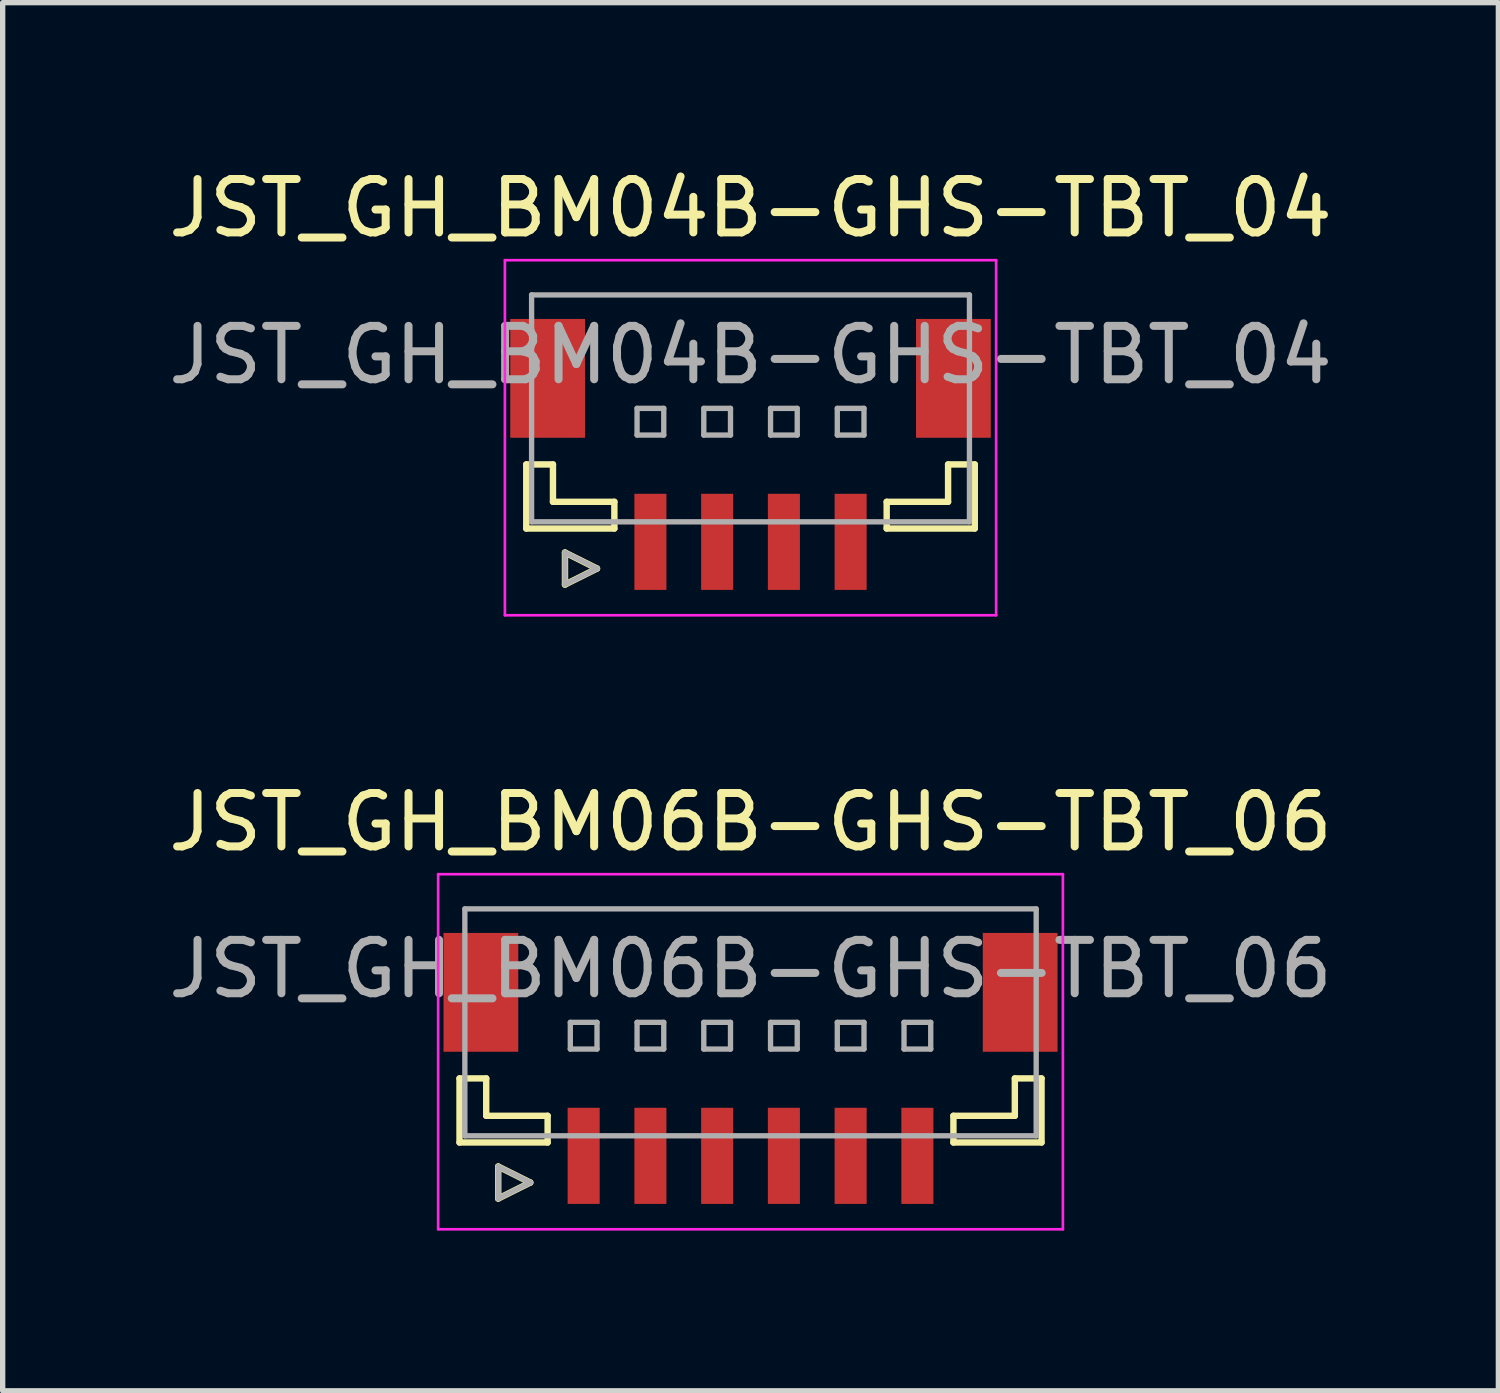
<source format=kicad_pcb>
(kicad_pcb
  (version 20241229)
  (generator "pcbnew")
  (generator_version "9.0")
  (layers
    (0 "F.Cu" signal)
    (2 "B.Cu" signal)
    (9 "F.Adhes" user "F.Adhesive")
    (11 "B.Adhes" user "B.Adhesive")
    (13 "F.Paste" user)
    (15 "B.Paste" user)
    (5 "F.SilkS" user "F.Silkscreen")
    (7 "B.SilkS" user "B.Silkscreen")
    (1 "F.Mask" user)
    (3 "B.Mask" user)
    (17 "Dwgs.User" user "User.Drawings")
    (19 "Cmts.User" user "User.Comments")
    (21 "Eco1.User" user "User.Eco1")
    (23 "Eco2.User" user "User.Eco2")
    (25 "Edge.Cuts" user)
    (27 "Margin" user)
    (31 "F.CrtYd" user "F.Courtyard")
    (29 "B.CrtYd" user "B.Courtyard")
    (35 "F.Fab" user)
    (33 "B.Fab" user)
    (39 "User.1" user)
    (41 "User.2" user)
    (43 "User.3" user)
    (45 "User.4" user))
  (footprint "JST_GH_BM06B-GHS-TBT_06"
    (layer "F.Cu")
    (at 11.006 16.922)
    (property "Reference" "JST_GH_BM06B-GHS-TBT_06" (at 0 -4.575 0) (layer "F.SilkS") (effects (font (size 1 1) (thickness 0.15))))
    (attr smd)
    (fp_line (start -5.45 0.225) (end -5.45 1.425) (stroke (width 0.12) (type solid)) (layer "F.SilkS"))
    (fp_line (start -5.45 1.425) (end -3.8 1.425) (stroke (width 0.12) (type solid)) (layer "F.SilkS"))
    (fp_line (start -4.95 0.225) (end -5.45 0.225) (stroke (width 0.12) (type solid)) (layer "F.SilkS"))
    (fp_line (start -4.95 0.925) (end -4.95 0.225) (stroke (width 0.12) (type solid)) (layer "F.SilkS"))
    (fp_line (start -4.725 1.875) (end -4.125 2.175) (stroke (width 0.12) (type solid)) (layer "F.SilkS"))
    (fp_line (start -4.725 2.475) (end -4.725 1.875) (stroke (width 0.12) (type solid)) (layer "F.SilkS"))
    (fp_line (start -4.125 2.175) (end -4.725 2.475) (stroke (width 0.12) (type solid)) (layer "F.SilkS"))
    (fp_line (start -3.8 0.925) (end -4.95 0.925) (stroke (width 0.12) (type solid)) (layer "F.SilkS"))
    (fp_line (start -3.8 1.425) (end -3.8 0.925) (stroke (width 0.12) (type solid)) (layer "F.SilkS"))
    (fp_line (start 3.8 0.925) (end 4.95 0.925) (stroke (width 0.12) (type solid)) (layer "F.SilkS"))
    (fp_line (start 3.8 1.425) (end 3.8 0.925) (stroke (width 0.12) (type solid)) (layer "F.SilkS"))
    (fp_line (start 4.95 0.225) (end 5.45 0.225) (stroke (width 0.12) (type solid)) (layer "F.SilkS"))
    (fp_line (start 4.95 0.925) (end 4.95 0.225) (stroke (width 0.12) (type solid)) (layer "F.SilkS"))
    (fp_line (start 5.45 0.225) (end 5.45 1.425) (stroke (width 0.12) (type solid)) (layer "F.SilkS"))
    (fp_line (start 5.45 1.425) (end 3.8 1.425) (stroke (width 0.12) (type solid)) (layer "F.SilkS"))
    (fp_line (start -5.85 -3.6) (end 5.85 -3.6) (stroke (width 0.05) (type solid)) (layer "F.CrtYd"))
    (fp_line (start -5.85 3.05) (end -5.85 -3.6) (stroke (width 0.05) (type solid)) (layer "F.CrtYd"))
    (fp_line (start 5.85 -3.6) (end 5.85 3.05) (stroke (width 0.05) (type solid)) (layer "F.CrtYd"))
    (fp_line (start 5.85 3.05) (end -5.85 3.05) (stroke (width 0.05) (type solid)) (layer "F.CrtYd"))
    (fp_line (start -5.35 -2.95) (end 5.35 -2.95) (stroke (width 0.1) (type solid)) (layer "F.Fab"))
    (fp_line (start -5.35 1.3) (end -5.35 -2.95) (stroke (width 0.1) (type solid)) (layer "F.Fab"))
    (fp_line (start -4.725 1.875) (end -4.125 2.175) (stroke (width 0.1) (type solid)) (layer "F.Fab"))
    (fp_line (start -4.725 2.475) (end -4.725 1.875) (stroke (width 0.1) (type solid)) (layer "F.Fab"))
    (fp_line (start -4.125 2.175) (end -4.725 2.475) (stroke (width 0.1) (type solid)) (layer "F.Fab"))
    (fp_line (start -3.375 -0.825) (end -2.875 -0.825) (stroke (width 0.1) (type solid)) (layer "F.Fab"))
    (fp_line (start -3.375 -0.325) (end -3.375 -0.825) (stroke (width 0.1) (type solid)) (layer "F.Fab"))
    (fp_line (start -2.875 -0.825) (end -2.875 -0.325) (stroke (width 0.1) (type solid)) (layer "F.Fab"))
    (fp_line (start -2.875 -0.325) (end -3.375 -0.325) (stroke (width 0.1) (type solid)) (layer "F.Fab"))
    (fp_line (start -2.125 -0.825) (end -1.625 -0.825) (stroke (width 0.1) (type solid)) (layer "F.Fab"))
    (fp_line (start -2.125 -0.325) (end -2.125 -0.825) (stroke (width 0.1) (type solid)) (layer "F.Fab"))
    (fp_line (start -1.625 -0.825) (end -1.625 -0.325) (stroke (width 0.1) (type solid)) (layer "F.Fab"))
    (fp_line (start -1.625 -0.325) (end -2.125 -0.325) (stroke (width 0.1) (type solid)) (layer "F.Fab"))
    (fp_line (start -0.875 -0.825) (end -0.375 -0.825) (stroke (width 0.1) (type solid)) (layer "F.Fab"))
    (fp_line (start -0.875 -0.325) (end -0.875 -0.825) (stroke (width 0.1) (type solid)) (layer "F.Fab"))
    (fp_line (start -0.375 -0.825) (end -0.375 -0.325) (stroke (width 0.1) (type solid)) (layer "F.Fab"))
    (fp_line (start -0.375 -0.325) (end -0.875 -0.325) (stroke (width 0.1) (type solid)) (layer "F.Fab"))
    (fp_line (start 0.375 -0.825) (end 0.875 -0.825) (stroke (width 0.1) (type solid)) (layer "F.Fab"))
    (fp_line (start 0.375 -0.325) (end 0.375 -0.825) (stroke (width 0.1) (type solid)) (layer "F.Fab"))
    (fp_line (start 0.875 -0.825) (end 0.875 -0.325) (stroke (width 0.1) (type solid)) (layer "F.Fab"))
    (fp_line (start 0.875 -0.325) (end 0.375 -0.325) (stroke (width 0.1) (type solid)) (layer "F.Fab"))
    (fp_line (start 1.625 -0.825) (end 2.125 -0.825) (stroke (width 0.1) (type solid)) (layer "F.Fab"))
    (fp_line (start 1.625 -0.325) (end 1.625 -0.825) (stroke (width 0.1) (type solid)) (layer "F.Fab"))
    (fp_line (start 2.125 -0.825) (end 2.125 -0.325) (stroke (width 0.1) (type solid)) (layer "F.Fab"))
    (fp_line (start 2.125 -0.325) (end 1.625 -0.325) (stroke (width 0.1) (type solid)) (layer "F.Fab"))
    (fp_line (start 2.875 -0.825) (end 3.375 -0.825) (stroke (width 0.1) (type solid)) (layer "F.Fab"))
    (fp_line (start 2.875 -0.325) (end 2.875 -0.825) (stroke (width 0.1) (type solid)) (layer "F.Fab"))
    (fp_line (start 3.375 -0.825) (end 3.375 -0.325) (stroke (width 0.1) (type solid)) (layer "F.Fab"))
    (fp_line (start 3.375 -0.325) (end 2.875 -0.325) (stroke (width 0.1) (type solid)) (layer "F.Fab"))
    (fp_line (start 5.35 -2.95) (end 5.35 1.3) (stroke (width 0.1) (type solid)) (layer "F.Fab"))
    (fp_line (start 5.35 1.3) (end -5.35 1.3) (stroke (width 0.1) (type solid)) (layer "F.Fab"))
    (fp_text user "${REFERENCE}" (at 0 -1.825 0) (layer "F.Fab") (effects (font (size 1 1) (thickness 0.15))))
    (pad "" smd rect (at -5.05 -1.387) (size 1.4 2.225) (layers "F.Cu" "F.Mask" "F.Paste"))
    (pad "" smd rect (at 5.05 -1.387) (size 1.4 2.225) (layers "F.Cu" "F.Mask" "F.Paste"))
    (pad "1" smd rect (at -3.125 1.675) (size 0.6 1.8) (layers "F.Cu" "F.Mask" "F.Paste"))
    (pad "2" smd rect (at -1.875 1.675) (size 0.6 1.8) (layers "F.Cu" "F.Mask" "F.Paste"))
    (pad "3" smd rect (at -0.625 1.675) (size 0.6 1.8) (layers "F.Cu" "F.Mask" "F.Paste"))
    (pad "4" smd rect (at 0.625 1.675) (size 0.6 1.8) (layers "F.Cu" "F.Mask" "F.Paste"))
    (pad "5" smd rect (at 1.875 1.675) (size 0.6 1.8) (layers "F.Cu" "F.Mask" "F.Paste"))
    (pad "6" smd rect (at 3.125 1.675) (size 0.6 1.8) (layers "F.Cu" "F.Mask" "F.Paste")))
  (footprint "JST_GH_BM04B-GHS-TBT_04"
    (layer "F.Cu")
    (at 11.006 5.423)
    (property "Reference" "JST_GH_BM04B-GHS-TBT_04" (at 0 -4.575 0) (layer "F.SilkS") (effects (font (size 1 1) (thickness 0.15))))
    (attr smd)
    (fp_line (start -4.2 0.225) (end -4.2 1.425) (stroke (width 0.12) (type solid)) (layer "F.SilkS"))
    (fp_line (start -4.2 1.425) (end -2.55 1.425) (stroke (width 0.12) (type solid)) (layer "F.SilkS"))
    (fp_line (start -3.7 0.225) (end -4.2 0.225) (stroke (width 0.12) (type solid)) (layer "F.SilkS"))
    (fp_line (start -3.7 0.925) (end -3.7 0.225) (stroke (width 0.12) (type solid)) (layer "F.SilkS"))
    (fp_line (start -3.475 1.875) (end -2.875 2.175) (stroke (width 0.12) (type solid)) (layer "F.SilkS"))
    (fp_line (start -3.475 2.475) (end -3.475 1.875) (stroke (width 0.12) (type solid)) (layer "F.SilkS"))
    (fp_line (start -2.875 2.175) (end -3.475 2.475) (stroke (width 0.12) (type solid)) (layer "F.SilkS"))
    (fp_line (start -2.55 0.925) (end -3.7 0.925) (stroke (width 0.12) (type solid)) (layer "F.SilkS"))
    (fp_line (start -2.55 1.425) (end -2.55 0.925) (stroke (width 0.12) (type solid)) (layer "F.SilkS"))
    (fp_line (start 2.55 0.925) (end 3.7 0.925) (stroke (width 0.12) (type solid)) (layer "F.SilkS"))
    (fp_line (start 2.55 1.425) (end 2.55 0.925) (stroke (width 0.12) (type solid)) (layer "F.SilkS"))
    (fp_line (start 3.7 0.225) (end 4.2 0.225) (stroke (width 0.12) (type solid)) (layer "F.SilkS"))
    (fp_line (start 3.7 0.925) (end 3.7 0.225) (stroke (width 0.12) (type solid)) (layer "F.SilkS"))
    (fp_line (start 4.2 0.225) (end 4.2 1.425) (stroke (width 0.12) (type solid)) (layer "F.SilkS"))
    (fp_line (start 4.2 1.425) (end 2.55 1.425) (stroke (width 0.12) (type solid)) (layer "F.SilkS"))
    (fp_line (start -4.6 -3.6) (end 4.6 -3.6) (stroke (width 0.05) (type solid)) (layer "F.CrtYd"))
    (fp_line (start -4.6 3.05) (end -4.6 -3.6) (stroke (width 0.05) (type solid)) (layer "F.CrtYd"))
    (fp_line (start 4.6 -3.6) (end 4.6 3.05) (stroke (width 0.05) (type solid)) (layer "F.CrtYd"))
    (fp_line (start 4.6 3.05) (end -4.6 3.05) (stroke (width 0.05) (type solid)) (layer "F.CrtYd"))
    (fp_line (start -4.1 -2.95) (end 4.1 -2.95) (stroke (width 0.1) (type solid)) (layer "F.Fab"))
    (fp_line (start -4.1 1.3) (end -4.1 -2.95) (stroke (width 0.1) (type solid)) (layer "F.Fab"))
    (fp_line (start -3.475 1.875) (end -2.875 2.175) (stroke (width 0.1) (type solid)) (layer "F.Fab"))
    (fp_line (start -3.475 2.475) (end -3.475 1.875) (stroke (width 0.1) (type solid)) (layer "F.Fab"))
    (fp_line (start -2.875 2.175) (end -3.475 2.475) (stroke (width 0.1) (type solid)) (layer "F.Fab"))
    (fp_line (start -2.125 -0.825) (end -1.625 -0.825) (stroke (width 0.1) (type solid)) (layer "F.Fab"))
    (fp_line (start -2.125 -0.325) (end -2.125 -0.825) (stroke (width 0.1) (type solid)) (layer "F.Fab"))
    (fp_line (start -1.625 -0.825) (end -1.625 -0.325) (stroke (width 0.1) (type solid)) (layer "F.Fab"))
    (fp_line (start -1.625 -0.325) (end -2.125 -0.325) (stroke (width 0.1) (type solid)) (layer "F.Fab"))
    (fp_line (start -0.875 -0.825) (end -0.375 -0.825) (stroke (width 0.1) (type solid)) (layer "F.Fab"))
    (fp_line (start -0.875 -0.325) (end -0.875 -0.825) (stroke (width 0.1) (type solid)) (layer "F.Fab"))
    (fp_line (start -0.375 -0.825) (end -0.375 -0.325) (stroke (width 0.1) (type solid)) (layer "F.Fab"))
    (fp_line (start -0.375 -0.325) (end -0.875 -0.325) (stroke (width 0.1) (type solid)) (layer "F.Fab"))
    (fp_line (start 0.375 -0.825) (end 0.875 -0.825) (stroke (width 0.1) (type solid)) (layer "F.Fab"))
    (fp_line (start 0.375 -0.325) (end 0.375 -0.825) (stroke (width 0.1) (type solid)) (layer "F.Fab"))
    (fp_line (start 0.875 -0.825) (end 0.875 -0.325) (stroke (width 0.1) (type solid)) (layer "F.Fab"))
    (fp_line (start 0.875 -0.325) (end 0.375 -0.325) (stroke (width 0.1) (type solid)) (layer "F.Fab"))
    (fp_line (start 1.625 -0.825) (end 2.125 -0.825) (stroke (width 0.1) (type solid)) (layer "F.Fab"))
    (fp_line (start 1.625 -0.325) (end 1.625 -0.825) (stroke (width 0.1) (type solid)) (layer "F.Fab"))
    (fp_line (start 2.125 -0.825) (end 2.125 -0.325) (stroke (width 0.1) (type solid)) (layer "F.Fab"))
    (fp_line (start 2.125 -0.325) (end 1.625 -0.325) (stroke (width 0.1) (type solid)) (layer "F.Fab"))
    (fp_line (start 4.1 -2.95) (end 4.1 1.3) (stroke (width 0.1) (type solid)) (layer "F.Fab"))
    (fp_line (start 4.1 1.3) (end -4.1 1.3) (stroke (width 0.1) (type solid)) (layer "F.Fab"))
    (fp_text user "${REFERENCE}" (at 0 -1.825 0) (layer "F.Fab") (effects (font (size 1 1) (thickness 0.15))))
    (pad "" smd rect (at -3.8 -1.387) (size 1.4 2.225) (layers "F.Cu" "F.Mask" "F.Paste"))
    (pad "" smd rect (at 3.8 -1.387) (size 1.4 2.225) (layers "F.Cu" "F.Mask" "F.Paste"))
    (pad "1" smd rect (at -1.875 1.675) (size 0.6 1.8) (layers "F.Cu" "F.Mask" "F.Paste"))
    (pad "2" smd rect (at -0.625 1.675) (size 0.6 1.8) (layers "F.Cu" "F.Mask" "F.Paste"))
    (pad "3" smd rect (at 0.625 1.675) (size 0.6 1.8) (layers "F.Cu" "F.Mask" "F.Paste"))
    (pad "4" smd rect (at 1.875 1.675) (size 0.6 1.8) (layers "F.Cu" "F.Mask" "F.Paste")))
  (gr_rect
    (start -3 -3)
    (end 25.012 22.997)
    (stroke (width 0.1) (type default))
    (fill no)
    (layer "Edge.Cuts")))
</source>
